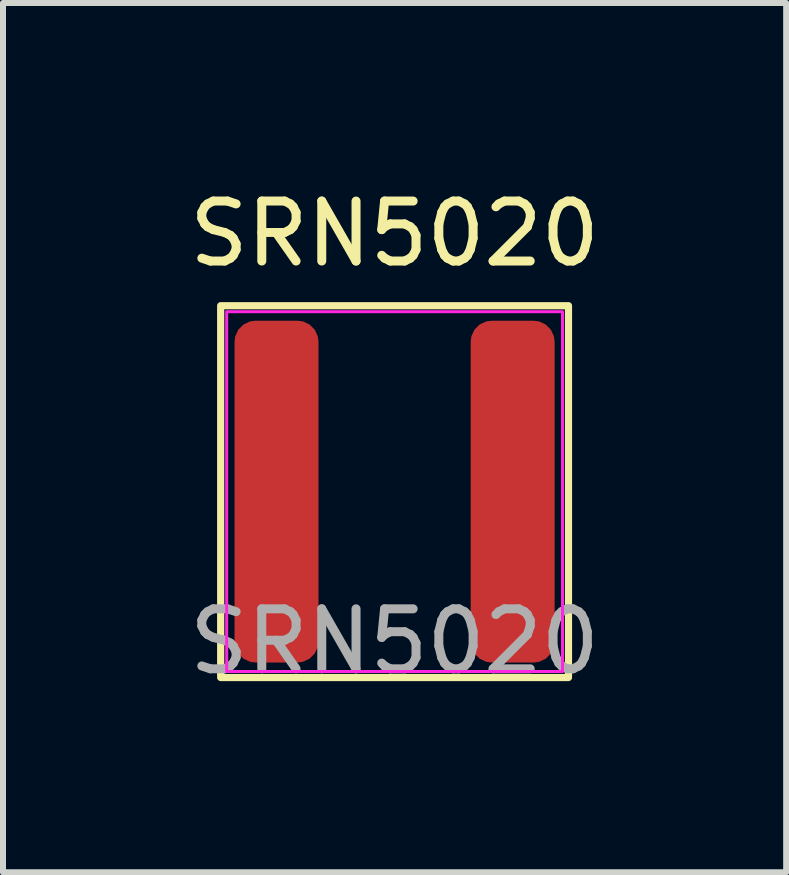
<source format=kicad_pcb>
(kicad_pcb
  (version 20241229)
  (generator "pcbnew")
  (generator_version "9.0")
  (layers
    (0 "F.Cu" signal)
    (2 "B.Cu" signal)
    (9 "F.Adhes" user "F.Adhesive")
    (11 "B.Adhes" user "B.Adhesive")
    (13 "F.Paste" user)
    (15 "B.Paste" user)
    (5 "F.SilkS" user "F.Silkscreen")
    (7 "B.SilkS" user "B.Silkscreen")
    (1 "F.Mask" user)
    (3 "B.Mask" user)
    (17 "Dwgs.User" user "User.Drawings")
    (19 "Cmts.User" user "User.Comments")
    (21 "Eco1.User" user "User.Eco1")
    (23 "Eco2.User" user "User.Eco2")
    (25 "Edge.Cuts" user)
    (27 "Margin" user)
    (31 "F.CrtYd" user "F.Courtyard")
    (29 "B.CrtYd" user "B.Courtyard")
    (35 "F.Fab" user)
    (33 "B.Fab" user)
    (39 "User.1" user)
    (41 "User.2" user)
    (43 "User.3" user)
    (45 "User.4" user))
  (footprint "SRN5020"
    (layer "F.Cu")
    (at 3.53 5.148)
    (property "Reference" "SRN5020" (at 0 -4.3 0) (unlocked yes) (layer "F.SilkS") (effects (font (size 1 1) (thickness 0.15))))
    (attr smd)
    (fp_rect (start -2.9 -3.1) (end 2.9 3.1) (stroke (width 0.12) (type solid)) (fill no) (layer "F.SilkS"))
    (fp_rect (start -2.8 -3) (end 2.8 3) (stroke (width 0.05) (type solid)) (fill no) (layer "F.CrtYd"))
    (fp_text user "${REFERENCE}" (at 0 2.5 0) (unlocked yes) (layer "F.Fab") (effects (font (size 1 1) (thickness 0.15))))
    (pad "1" smd roundrect (at -1.969 0) (size 1.4 5.7) (layers "F.Cu" "F.Mask" "F.Paste") (roundrect_rratio 0.25))
    (pad "2" smd roundrect (at 1.969 0) (size 1.4 5.7) (layers "F.Cu" "F.Mask" "F.Paste") (roundrect_rratio 0.25)))
  (gr_rect
    (start -3 -3)
    (end 10.06 11.496)
    (stroke (width 0.1) (type default))
    (fill no)
    (layer "Edge.Cuts")))
</source>
